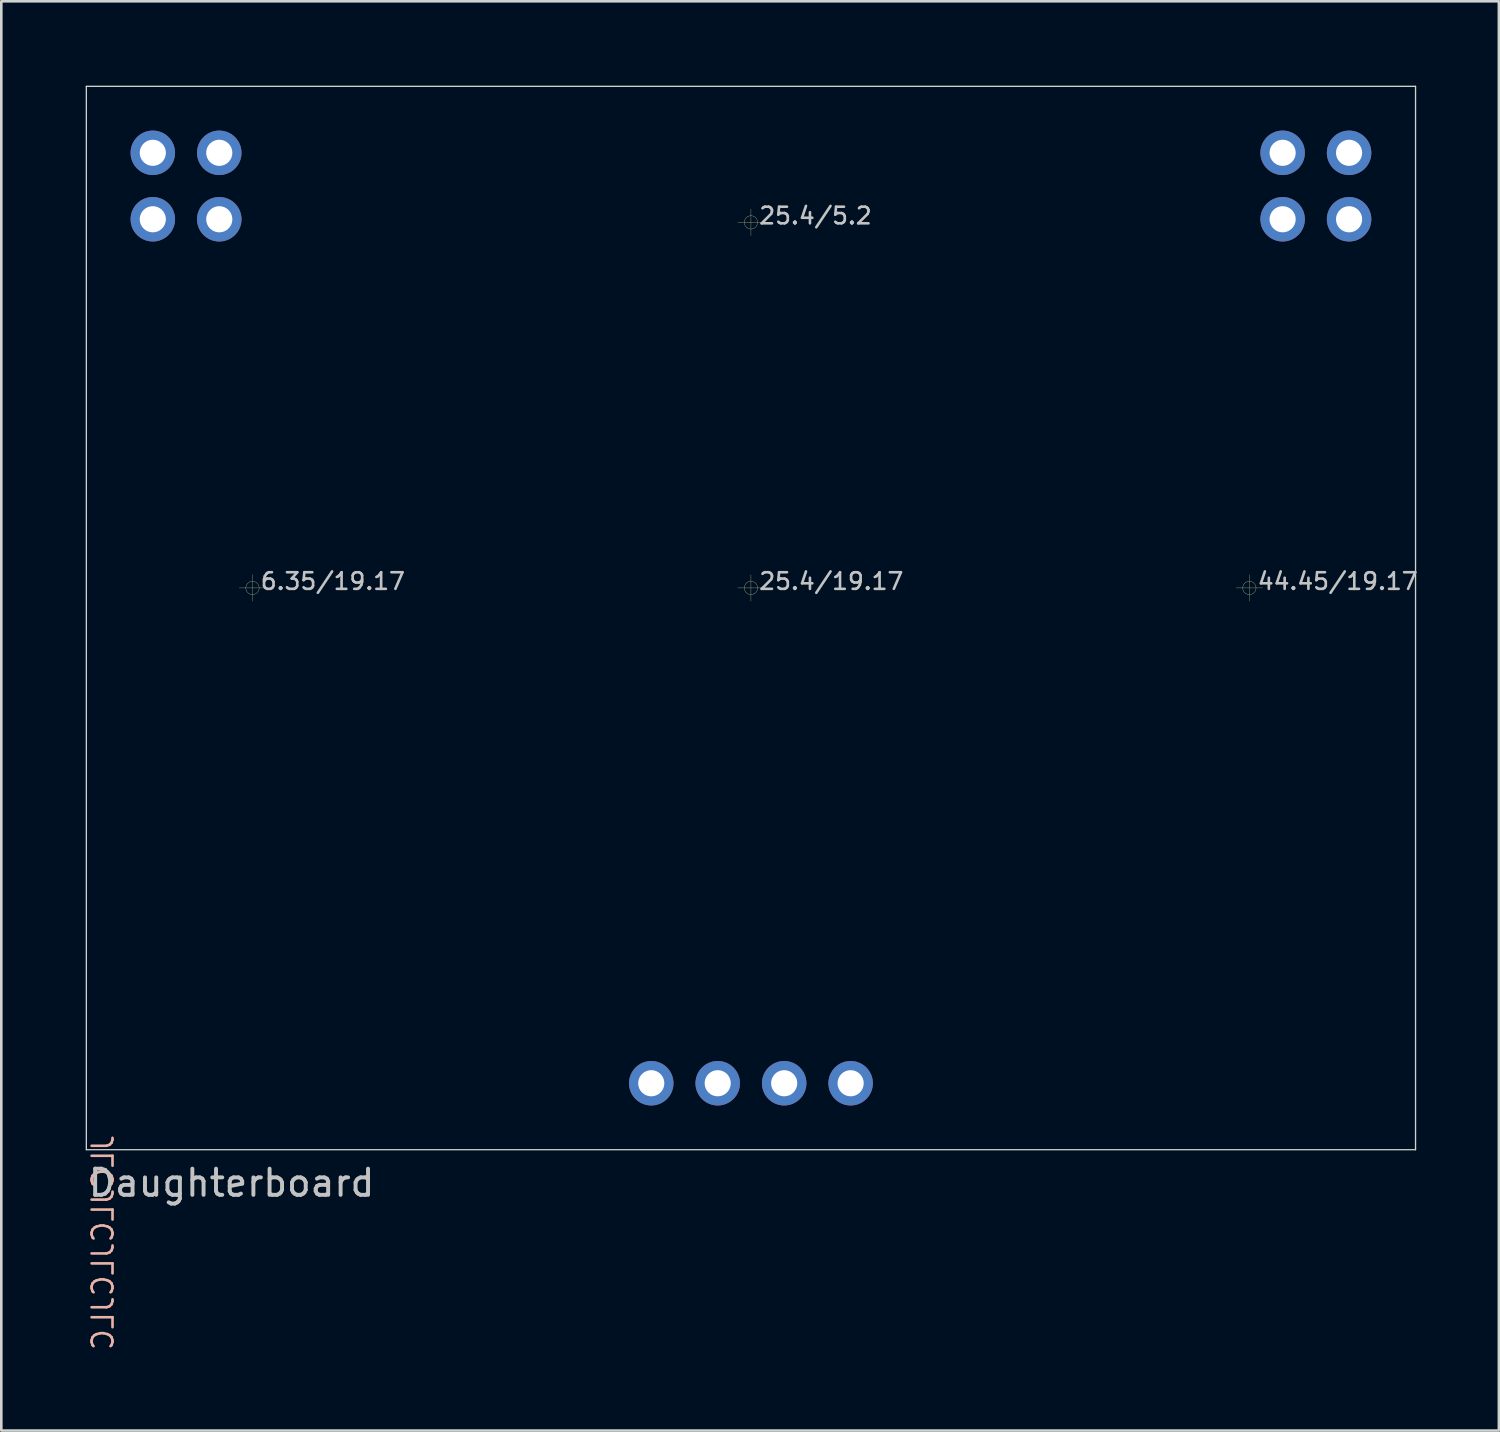
<source format=kicad_pcb>
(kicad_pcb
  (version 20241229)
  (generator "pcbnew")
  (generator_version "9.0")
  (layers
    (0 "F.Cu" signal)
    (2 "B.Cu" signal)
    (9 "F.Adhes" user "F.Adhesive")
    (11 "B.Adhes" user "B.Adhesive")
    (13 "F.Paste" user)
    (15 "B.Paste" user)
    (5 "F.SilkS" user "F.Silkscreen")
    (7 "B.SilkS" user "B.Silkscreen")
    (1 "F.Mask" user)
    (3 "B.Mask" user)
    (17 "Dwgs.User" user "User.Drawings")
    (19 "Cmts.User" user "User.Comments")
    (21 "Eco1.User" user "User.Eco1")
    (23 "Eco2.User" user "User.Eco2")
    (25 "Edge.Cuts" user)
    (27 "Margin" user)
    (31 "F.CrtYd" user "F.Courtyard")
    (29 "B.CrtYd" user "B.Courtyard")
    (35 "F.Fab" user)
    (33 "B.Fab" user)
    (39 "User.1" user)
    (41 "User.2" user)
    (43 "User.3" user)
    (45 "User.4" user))
  (footprint "Daughterboard"
    (layer "F.Cu")
    (at 0.25 0.25)
    (property "Reference" "Daughterboard" (at 0 41.91 0) (layer "Dwgs.User") (effects (font (size 1 1) (thickness 0.15)) (justify left)))
    (attr through_hole)
    (fp_line (start 5.842 19.17) (end 6.858 19.17) (stroke (width 0.01) (type solid)) (layer "F.SilkS"))
    (fp_line (start 6.35 18.662) (end 6.35 19.678) (stroke (width 0.01) (type solid)) (layer "F.SilkS"))
    (fp_line (start 24.892 5.2) (end 25.908 5.2) (stroke (width 0.01) (type solid)) (layer "F.SilkS"))
    (fp_line (start 24.892 19.17) (end 25.908 19.17) (stroke (width 0.01) (type solid)) (layer "F.SilkS"))
    (fp_line (start 25.4 4.692) (end 25.4 5.708) (stroke (width 0.01) (type solid)) (layer "F.SilkS"))
    (fp_line (start 25.4 18.662) (end 25.4 19.678) (stroke (width 0.01) (type solid)) (layer "F.SilkS"))
    (fp_line (start 43.942 19.17) (end 44.958 19.17) (stroke (width 0.01) (type solid)) (layer "F.SilkS"))
    (fp_line (start 44.45 18.662) (end 44.45 19.678) (stroke (width 0.01) (type solid)) (layer "F.SilkS"))
    (fp_circle (center 6.35 19.17) (end 6.604 19.17) (stroke (width 0.01) (type solid)) (fill no) (layer "F.SilkS"))
    (fp_circle (center 25.4 5.2) (end 25.654 5.2) (stroke (width 0.01) (type solid)) (fill no) (layer "F.SilkS"))
    (fp_circle (center 25.4 19.17) (end 25.654 19.17) (stroke (width 0.01) (type solid)) (fill no) (layer "F.SilkS"))
    (fp_circle (center 44.45 19.17) (end 44.704 19.17) (stroke (width 0.01) (type solid)) (fill no) (layer "F.SilkS"))
    (fp_line (start 0 0) (end 50.8 0) (stroke (width 0.05) (type solid)) (layer "Edge.Cuts"))
    (fp_line (start 0 40.64) (end 0 0) (stroke (width 0.05) (type solid)) (layer "Edge.Cuts"))
    (fp_line (start 0 40.64) (end 50.8 40.64) (stroke (width 0.05) (type solid)) (layer "Edge.Cuts"))
    (fp_line (start 50.8 0) (end 50.8 40.64) (stroke (width 0.05) (type solid)) (layer "Edge.Cuts"))
    (fp_text user "JLCJLCJLCJLC" (at 0.635 40.005 270) (layer "B.SilkS") (effects (font (size 0.8 0.8) (thickness 0.1)) (justify left mirror)))
    (fp_text user "25.4/5.2" (at 25.654 4.946 0) (layer "Dwgs.User") (effects (font (size 0.635 0.635) (thickness 0.1)) (justify left)))
    (fp_text user "44.45/19.17" (at 44.704 18.916 0) (layer "Dwgs.User") (effects (font (size 0.635 0.635) (thickness 0.1)) (justify left)))
    (fp_text user "25.4/19.17" (at 25.654 18.916 0) (layer "Dwgs.User") (effects (font (size 0.635 0.635) (thickness 0.1)) (justify left)))
    (fp_text user "6.35/19.17" (at 6.604 18.916 0) (layer "Dwgs.User") (effects (font (size 0.635 0.635) (thickness 0.1)) (justify left)))
    (pad "+9V" thru_hole circle (at 21.59 38.1) (size 1.7 1.7) (drill 1) (layers "*.Cu" "*.Mask"))
    (pad "+9V" thru_hole circle (at 45.72 2.54) (size 1.7 1.7) (drill 1) (layers "*.Cu" "*.Mask"))
    (pad "+9V" thru_hole circle (at 45.72 5.08) (size 1.7 1.7) (drill 1) (layers "*.Cu" "*.Mask"))
    (pad "+9V" thru_hole circle (at 48.26 2.54) (size 1.7 1.7) (drill 1) (layers "*.Cu" "*.Mask"))
    (pad "+9V" thru_hole circle (at 48.26 5.08) (size 1.7 1.7) (drill 1) (layers "*.Cu" "*.Mask"))
    (pad "GND" thru_hole circle (at 2.54 2.54) (size 1.7 1.7) (drill 1) (layers "*.Cu" "*.Mask"))
    (pad "GND" thru_hole circle (at 2.54 5.08) (size 1.7 1.7) (drill 1) (layers "*.Cu" "*.Mask"))
    (pad "GND" thru_hole circle (at 5.08 2.54) (size 1.7 1.7) (drill 1) (layers "*.Cu" "*.Mask"))
    (pad "GND" thru_hole circle (at 5.08 5.08) (size 1.7 1.7) (drill 1) (layers "*.Cu" "*.Mask"))
    (pad "GND" thru_hole circle (at 29.21 38.1) (size 1.7 1.7) (drill 1) (layers "*.Cu" "*.Mask"))
    (pad "In" thru_hole circle (at 26.67 38.1) (size 1.7 1.7) (drill 1) (layers "*.Cu" "*.Mask"))
    (pad "Out" thru_hole circle (at 24.13 38.1) (size 1.7 1.7) (drill 1) (layers "*.Cu" "*.Mask")))
  (gr_rect
    (start -3 -3)
    (end 54.235 51.624)
    (stroke (width 0.1) (type default))
    (fill no)
    (layer "Edge.Cuts")))
</source>
